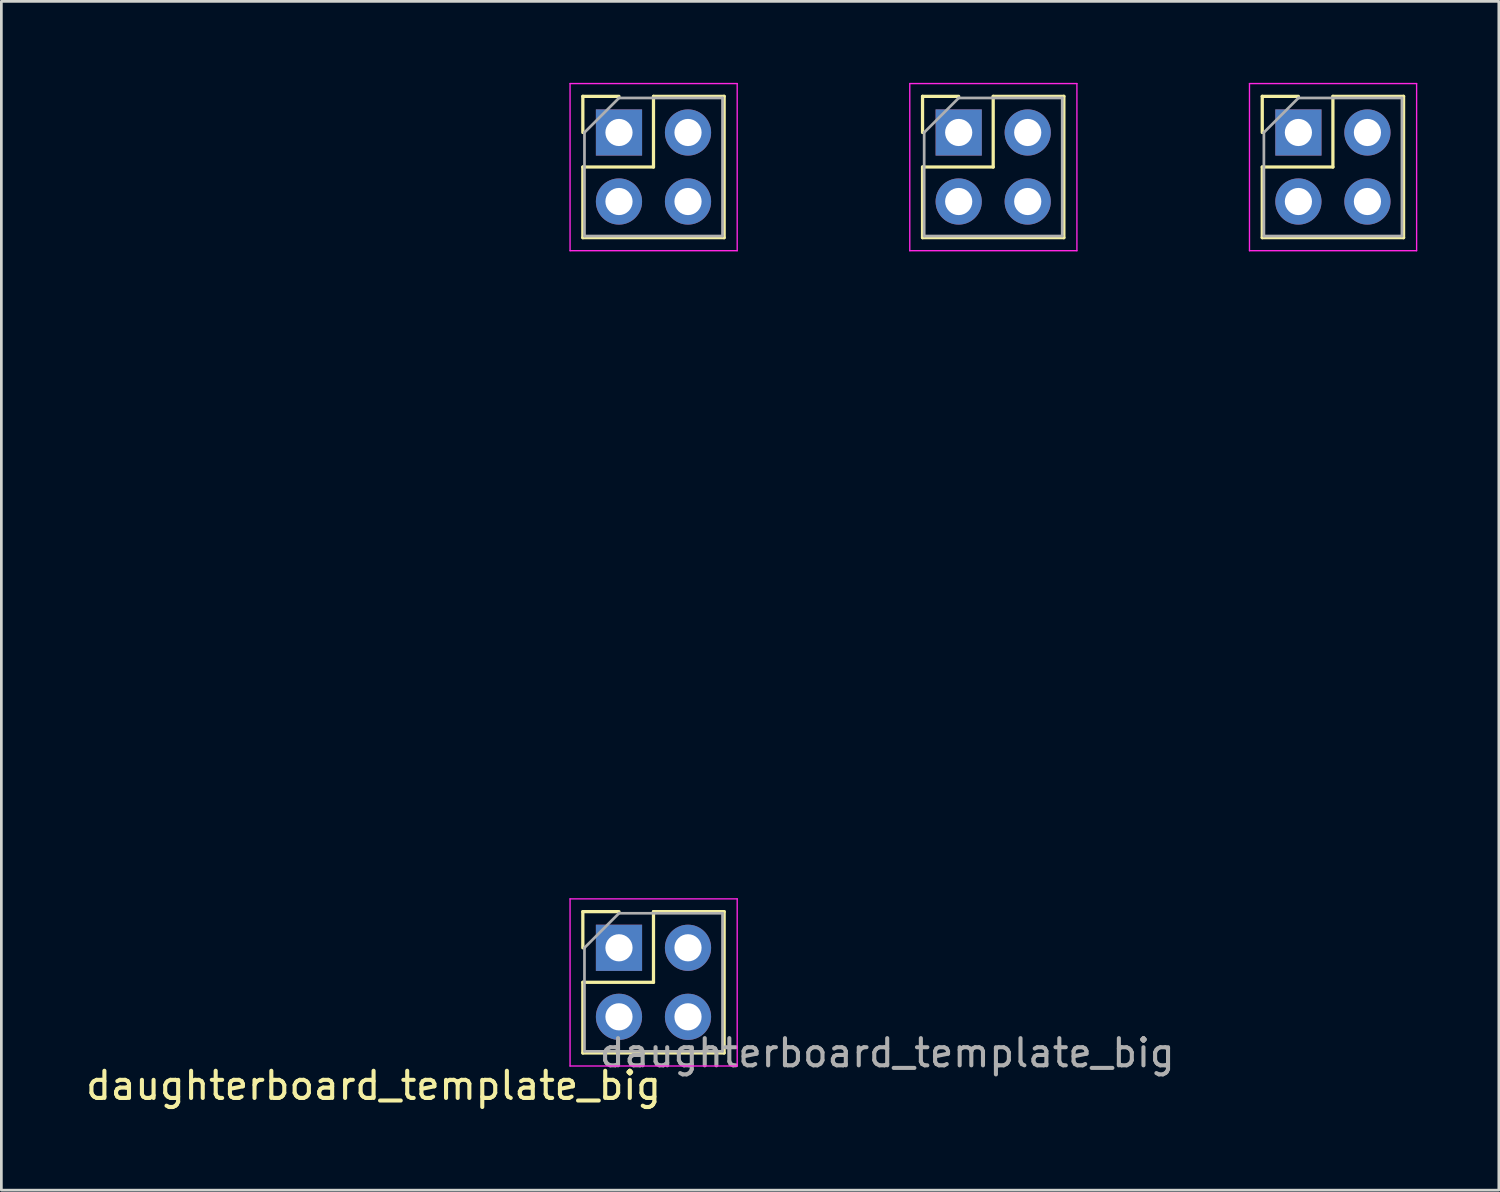
<source format=kicad_pcb>
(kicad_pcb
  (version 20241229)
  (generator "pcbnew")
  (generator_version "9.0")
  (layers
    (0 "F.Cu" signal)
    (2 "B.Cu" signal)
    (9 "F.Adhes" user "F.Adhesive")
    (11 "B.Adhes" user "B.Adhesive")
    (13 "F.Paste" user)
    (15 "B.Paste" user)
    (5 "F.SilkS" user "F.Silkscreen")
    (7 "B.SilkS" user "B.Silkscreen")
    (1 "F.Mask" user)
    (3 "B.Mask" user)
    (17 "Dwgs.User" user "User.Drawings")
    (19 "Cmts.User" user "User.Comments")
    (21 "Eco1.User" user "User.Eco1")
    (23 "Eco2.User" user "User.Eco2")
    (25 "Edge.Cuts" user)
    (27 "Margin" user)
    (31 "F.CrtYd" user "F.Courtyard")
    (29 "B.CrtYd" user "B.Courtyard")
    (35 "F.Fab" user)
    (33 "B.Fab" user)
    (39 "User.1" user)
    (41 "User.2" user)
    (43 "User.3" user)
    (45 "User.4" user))
  (footprint "daughterboard_template_big"
    (layer "F.Cu")
    (at 10.696 37.395)
    (property "Reference" "daughterboard_template_big" (at 0 -0.5 0) (unlocked yes) (layer "F.SilkS") (effects (font (size 1 1) (thickness 0.15))))
    (attr smd)
    (fp_line (start 7.7 -36.9) (end 9.03 -36.9) (stroke (width 0.12) (type solid)) (layer "F.SilkS"))
    (fp_line (start 7.7 -35.57) (end 7.7 -36.9) (stroke (width 0.12) (type solid)) (layer "F.SilkS"))
    (fp_line (start 7.7 -34.3) (end 7.7 -31.7) (stroke (width 0.12) (type solid)) (layer "F.SilkS"))
    (fp_line (start 7.7 -34.3) (end 10.3 -34.3) (stroke (width 0.12) (type solid)) (layer "F.SilkS"))
    (fp_line (start 7.7 -31.7) (end 12.9 -31.7) (stroke (width 0.12) (type solid)) (layer "F.SilkS"))
    (fp_line (start 7.7 -6.9) (end 9.03 -6.9) (stroke (width 0.12) (type solid)) (layer "F.SilkS"))
    (fp_line (start 7.7 -5.57) (end 7.7 -6.9) (stroke (width 0.12) (type solid)) (layer "F.SilkS"))
    (fp_line (start 7.7 -4.3) (end 7.7 -1.7) (stroke (width 0.12) (type solid)) (layer "F.SilkS"))
    (fp_line (start 7.7 -4.3) (end 10.3 -4.3) (stroke (width 0.12) (type solid)) (layer "F.SilkS"))
    (fp_line (start 7.7 -1.7) (end 12.9 -1.7) (stroke (width 0.12) (type solid)) (layer "F.SilkS"))
    (fp_line (start 10.3 -36.9) (end 12.9 -36.9) (stroke (width 0.12) (type solid)) (layer "F.SilkS"))
    (fp_line (start 10.3 -34.3) (end 10.3 -36.9) (stroke (width 0.12) (type solid)) (layer "F.SilkS"))
    (fp_line (start 10.3 -6.9) (end 12.9 -6.9) (stroke (width 0.12) (type solid)) (layer "F.SilkS"))
    (fp_line (start 10.3 -4.3) (end 10.3 -6.9) (stroke (width 0.12) (type solid)) (layer "F.SilkS"))
    (fp_line (start 12.9 -36.9) (end 12.9 -31.7) (stroke (width 0.12) (type solid)) (layer "F.SilkS"))
    (fp_line (start 12.9 -6.9) (end 12.9 -1.7) (stroke (width 0.12) (type solid)) (layer "F.SilkS"))
    (fp_line (start 20.2 -36.9) (end 21.53 -36.9) (stroke (width 0.12) (type solid)) (layer "F.SilkS"))
    (fp_line (start 20.2 -35.57) (end 20.2 -36.9) (stroke (width 0.12) (type solid)) (layer "F.SilkS"))
    (fp_line (start 20.2 -34.3) (end 20.2 -31.7) (stroke (width 0.12) (type solid)) (layer "F.SilkS"))
    (fp_line (start 20.2 -34.3) (end 22.8 -34.3) (stroke (width 0.12) (type solid)) (layer "F.SilkS"))
    (fp_line (start 20.2 -31.7) (end 25.4 -31.7) (stroke (width 0.12) (type solid)) (layer "F.SilkS"))
    (fp_line (start 22.8 -36.9) (end 25.4 -36.9) (stroke (width 0.12) (type solid)) (layer "F.SilkS"))
    (fp_line (start 22.8 -34.3) (end 22.8 -36.9) (stroke (width 0.12) (type solid)) (layer "F.SilkS"))
    (fp_line (start 25.4 -36.9) (end 25.4 -31.7) (stroke (width 0.12) (type solid)) (layer "F.SilkS"))
    (fp_line (start 32.7 -36.9) (end 34.03 -36.9) (stroke (width 0.12) (type solid)) (layer "F.SilkS"))
    (fp_line (start 32.7 -35.57) (end 32.7 -36.9) (stroke (width 0.12) (type solid)) (layer "F.SilkS"))
    (fp_line (start 32.7 -34.3) (end 32.7 -31.7) (stroke (width 0.12) (type solid)) (layer "F.SilkS"))
    (fp_line (start 32.7 -34.3) (end 35.3 -34.3) (stroke (width 0.12) (type solid)) (layer "F.SilkS"))
    (fp_line (start 32.7 -31.7) (end 37.9 -31.7) (stroke (width 0.12) (type solid)) (layer "F.SilkS"))
    (fp_line (start 35.3 -36.9) (end 37.9 -36.9) (stroke (width 0.12) (type solid)) (layer "F.SilkS"))
    (fp_line (start 35.3 -34.3) (end 35.3 -36.9) (stroke (width 0.12) (type solid)) (layer "F.SilkS"))
    (fp_line (start 37.9 -36.9) (end 37.9 -31.7) (stroke (width 0.12) (type solid)) (layer "F.SilkS"))
    (fp_line (start 7.23 -37.37) (end 7.23 -31.22) (stroke (width 0.05) (type solid)) (layer "F.CrtYd"))
    (fp_line (start 7.23 -31.22) (end 13.38 -31.22) (stroke (width 0.05) (type solid)) (layer "F.CrtYd"))
    (fp_line (start 7.23 -7.37) (end 7.23 -1.22) (stroke (width 0.05) (type solid)) (layer "F.CrtYd"))
    (fp_line (start 7.23 -1.22) (end 13.38 -1.22) (stroke (width 0.05) (type solid)) (layer "F.CrtYd"))
    (fp_line (start 13.38 -37.37) (end 7.23 -37.37) (stroke (width 0.05) (type solid)) (layer "F.CrtYd"))
    (fp_line (start 13.38 -31.22) (end 13.38 -37.37) (stroke (width 0.05) (type solid)) (layer "F.CrtYd"))
    (fp_line (start 13.38 -7.37) (end 7.23 -7.37) (stroke (width 0.05) (type solid)) (layer "F.CrtYd"))
    (fp_line (start 13.38 -1.22) (end 13.38 -7.37) (stroke (width 0.05) (type solid)) (layer "F.CrtYd"))
    (fp_line (start 19.73 -37.37) (end 19.73 -31.22) (stroke (width 0.05) (type solid)) (layer "F.CrtYd"))
    (fp_line (start 19.73 -31.22) (end 25.88 -31.22) (stroke (width 0.05) (type solid)) (layer "F.CrtYd"))
    (fp_line (start 25.88 -37.37) (end 19.73 -37.37) (stroke (width 0.05) (type solid)) (layer "F.CrtYd"))
    (fp_line (start 25.88 -31.22) (end 25.88 -37.37) (stroke (width 0.05) (type solid)) (layer "F.CrtYd"))
    (fp_line (start 32.23 -37.37) (end 32.23 -31.22) (stroke (width 0.05) (type solid)) (layer "F.CrtYd"))
    (fp_line (start 32.23 -31.22) (end 38.38 -31.22) (stroke (width 0.05) (type solid)) (layer "F.CrtYd"))
    (fp_line (start 38.38 -37.37) (end 32.23 -37.37) (stroke (width 0.05) (type solid)) (layer "F.CrtYd"))
    (fp_line (start 38.38 -31.22) (end 38.38 -37.37) (stroke (width 0.05) (type solid)) (layer "F.CrtYd"))
    (fp_line (start 7.76 -35.57) (end 9.03 -36.84) (stroke (width 0.1) (type solid)) (layer "F.Fab"))
    (fp_line (start 7.76 -31.76) (end 7.76 -35.57) (stroke (width 0.1) (type solid)) (layer "F.Fab"))
    (fp_line (start 7.76 -5.57) (end 9.03 -6.84) (stroke (width 0.1) (type solid)) (layer "F.Fab"))
    (fp_line (start 7.76 -1.76) (end 7.76 -5.57) (stroke (width 0.1) (type solid)) (layer "F.Fab"))
    (fp_line (start 9.03 -36.84) (end 12.84 -36.84) (stroke (width 0.1) (type solid)) (layer "F.Fab"))
    (fp_line (start 9.03 -6.84) (end 12.84 -6.84) (stroke (width 0.1) (type solid)) (layer "F.Fab"))
    (fp_line (start 12.84 -36.84) (end 12.84 -31.76) (stroke (width 0.1) (type solid)) (layer "F.Fab"))
    (fp_line (start 12.84 -31.76) (end 7.76 -31.76) (stroke (width 0.1) (type solid)) (layer "F.Fab"))
    (fp_line (start 12.84 -6.84) (end 12.84 -1.76) (stroke (width 0.1) (type solid)) (layer "F.Fab"))
    (fp_line (start 12.84 -1.76) (end 7.76 -1.76) (stroke (width 0.1) (type solid)) (layer "F.Fab"))
    (fp_line (start 20.26 -35.57) (end 21.53 -36.84) (stroke (width 0.1) (type solid)) (layer "F.Fab"))
    (fp_line (start 20.26 -31.76) (end 20.26 -35.57) (stroke (width 0.1) (type solid)) (layer "F.Fab"))
    (fp_line (start 21.53 -36.84) (end 25.34 -36.84) (stroke (width 0.1) (type solid)) (layer "F.Fab"))
    (fp_line (start 25.34 -36.84) (end 25.34 -31.76) (stroke (width 0.1) (type solid)) (layer "F.Fab"))
    (fp_line (start 25.34 -31.76) (end 20.26 -31.76) (stroke (width 0.1) (type solid)) (layer "F.Fab"))
    (fp_line (start 32.76 -35.57) (end 34.03 -36.84) (stroke (width 0.1) (type solid)) (layer "F.Fab"))
    (fp_line (start 32.76 -31.76) (end 32.76 -35.57) (stroke (width 0.1) (type solid)) (layer "F.Fab"))
    (fp_line (start 34.03 -36.84) (end 37.84 -36.84) (stroke (width 0.1) (type solid)) (layer "F.Fab"))
    (fp_line (start 37.84 -36.84) (end 37.84 -31.76) (stroke (width 0.1) (type solid)) (layer "F.Fab"))
    (fp_line (start 37.84 -31.76) (end 32.76 -31.76) (stroke (width 0.1) (type solid)) (layer "F.Fab"))
    (fp_line (start 10.3 -35.6) (end 10.3 -32.964) (stroke (width 0.05) (type solid)) (layer "User.2"))
    (fp_line (start 10.3 -5.649) (end 10.3 -3.013) (stroke (width 0.05) (type solid)) (layer "User.2"))
    (fp_line (start 11.617 -4.3) (end 8.863 -4.3) (stroke (width 0.05) (type solid)) (layer "User.2"))
    (fp_line (start 11.768 -34.3) (end 9.014 -34.3) (stroke (width 0.05) (type solid)) (layer "User.2"))
    (fp_line (start 21.587 -21.8) (end 24.08 -21.8) (stroke (width 0.05) (type solid)) (layer "User.2"))
    (fp_line (start 22.8 -35.714) (end 22.8 -33.079) (stroke (width 0.05) (type solid)) (layer "User.2"))
    (fp_line (start 22.8 -23.029) (end 22.8 -20.512) (stroke (width 0.05) (type solid)) (layer "User.2"))
    (fp_line (start 24.282 -34.3) (end 21.529 -34.3) (stroke (width 0.05) (type solid)) (layer "User.2"))
    (fp_line (start 35.3 -35.714) (end 35.3 -33.079) (stroke (width 0.05) (type solid)) (layer "User.2"))
    (fp_line (start 36.599 -34.3) (end 33.846 -34.3) (stroke (width 0.05) (type solid)) (layer "User.2"))
    (fp_circle (center 10.3 -34.3) (end 9.3 -34.3) (stroke (width 0.05) (type solid)) (fill no) (layer "User.2"))
    (fp_circle (center 10.3 -4.3) (end 9.3 -4.3) (stroke (width 0.05) (type solid)) (fill no) (layer "User.2"))
    (fp_circle (center 22.8 -34.3) (end 21.8 -34.3) (stroke (width 0.05) (type solid)) (fill no) (layer "User.2"))
    (fp_circle (center 22.8 -21.8) (end 21.8 -21.8) (stroke (width 0.05) (type solid)) (fill no) (layer "User.2"))
    (fp_circle (center 35.3 -34.3) (end 34.3 -34.3) (stroke (width 0.05) (type solid)) (fill no) (layer "User.2"))
    (fp_text user "${REFERENCE}" (at 18.9 -1.7 0) (unlocked yes) (layer "F.Fab") (effects (font (size 1 1) (thickness 0.15))))
    (pad "1" thru_hole rect (at 9.03 -5.57) (size 1.7 1.7) (drill 1) (layers "*.Cu" "*.Mask"))
    (pad "2" thru_hole oval (at 11.57 -5.57) (size 1.7 1.7) (drill 1) (layers "*.Cu" "*.Mask"))
    (pad "3" thru_hole oval (at 9.03 -3.03) (size 1.7 1.7) (drill 1) (layers "*.Cu" "*.Mask"))
    (pad "4" thru_hole oval (at 11.57 -3.03) (size 1.7 1.7) (drill 1) (layers "*.Cu" "*.Mask"))
    (pad "5" thru_hole rect (at 9.03 -35.57) (size 1.7 1.7) (drill 1) (layers "*.Cu" "*.Mask"))
    (pad "6" thru_hole oval (at 11.57 -35.57) (size 1.7 1.7) (drill 1) (layers "*.Cu" "*.Mask"))
    (pad "7" thru_hole oval (at 9.03 -33.03) (size 1.7 1.7) (drill 1) (layers "*.Cu" "*.Mask"))
    (pad "8" thru_hole oval (at 11.57 -33.03) (size 1.7 1.7) (drill 1) (layers "*.Cu" "*.Mask"))
    (pad "9" thru_hole rect (at 21.53 -35.57) (size 1.7 1.7) (drill 1) (layers "*.Cu" "*.Mask"))
    (pad "10" thru_hole oval (at 24.07 -35.57) (size 1.7 1.7) (drill 1) (layers "*.Cu" "*.Mask"))
    (pad "11" thru_hole oval (at 21.53 -33.03) (size 1.7 1.7) (drill 1) (layers "*.Cu" "*.Mask"))
    (pad "12" thru_hole oval (at 24.07 -33.03) (size 1.7 1.7) (drill 1) (layers "*.Cu" "*.Mask"))
    (pad "13" thru_hole rect (at 34.03 -35.57) (size 1.7 1.7) (drill 1) (layers "*.Cu" "*.Mask"))
    (pad "14" thru_hole oval (at 36.57 -35.57) (size 1.7 1.7) (drill 1) (layers "*.Cu" "*.Mask"))
    (pad "15" thru_hole oval (at 34.03 -33.03) (size 1.7 1.7) (drill 1) (layers "*.Cu" "*.Mask"))
    (pad "16" thru_hole oval (at 36.57 -33.03) (size 1.7 1.7) (drill 1) (layers "*.Cu" "*.Mask")))
  (gr_rect
    (start -3 -3)
    (end 52.101 40.743)
    (stroke (width 0.1) (type default))
    (fill no)
    (layer "Edge.Cuts")))
</source>
